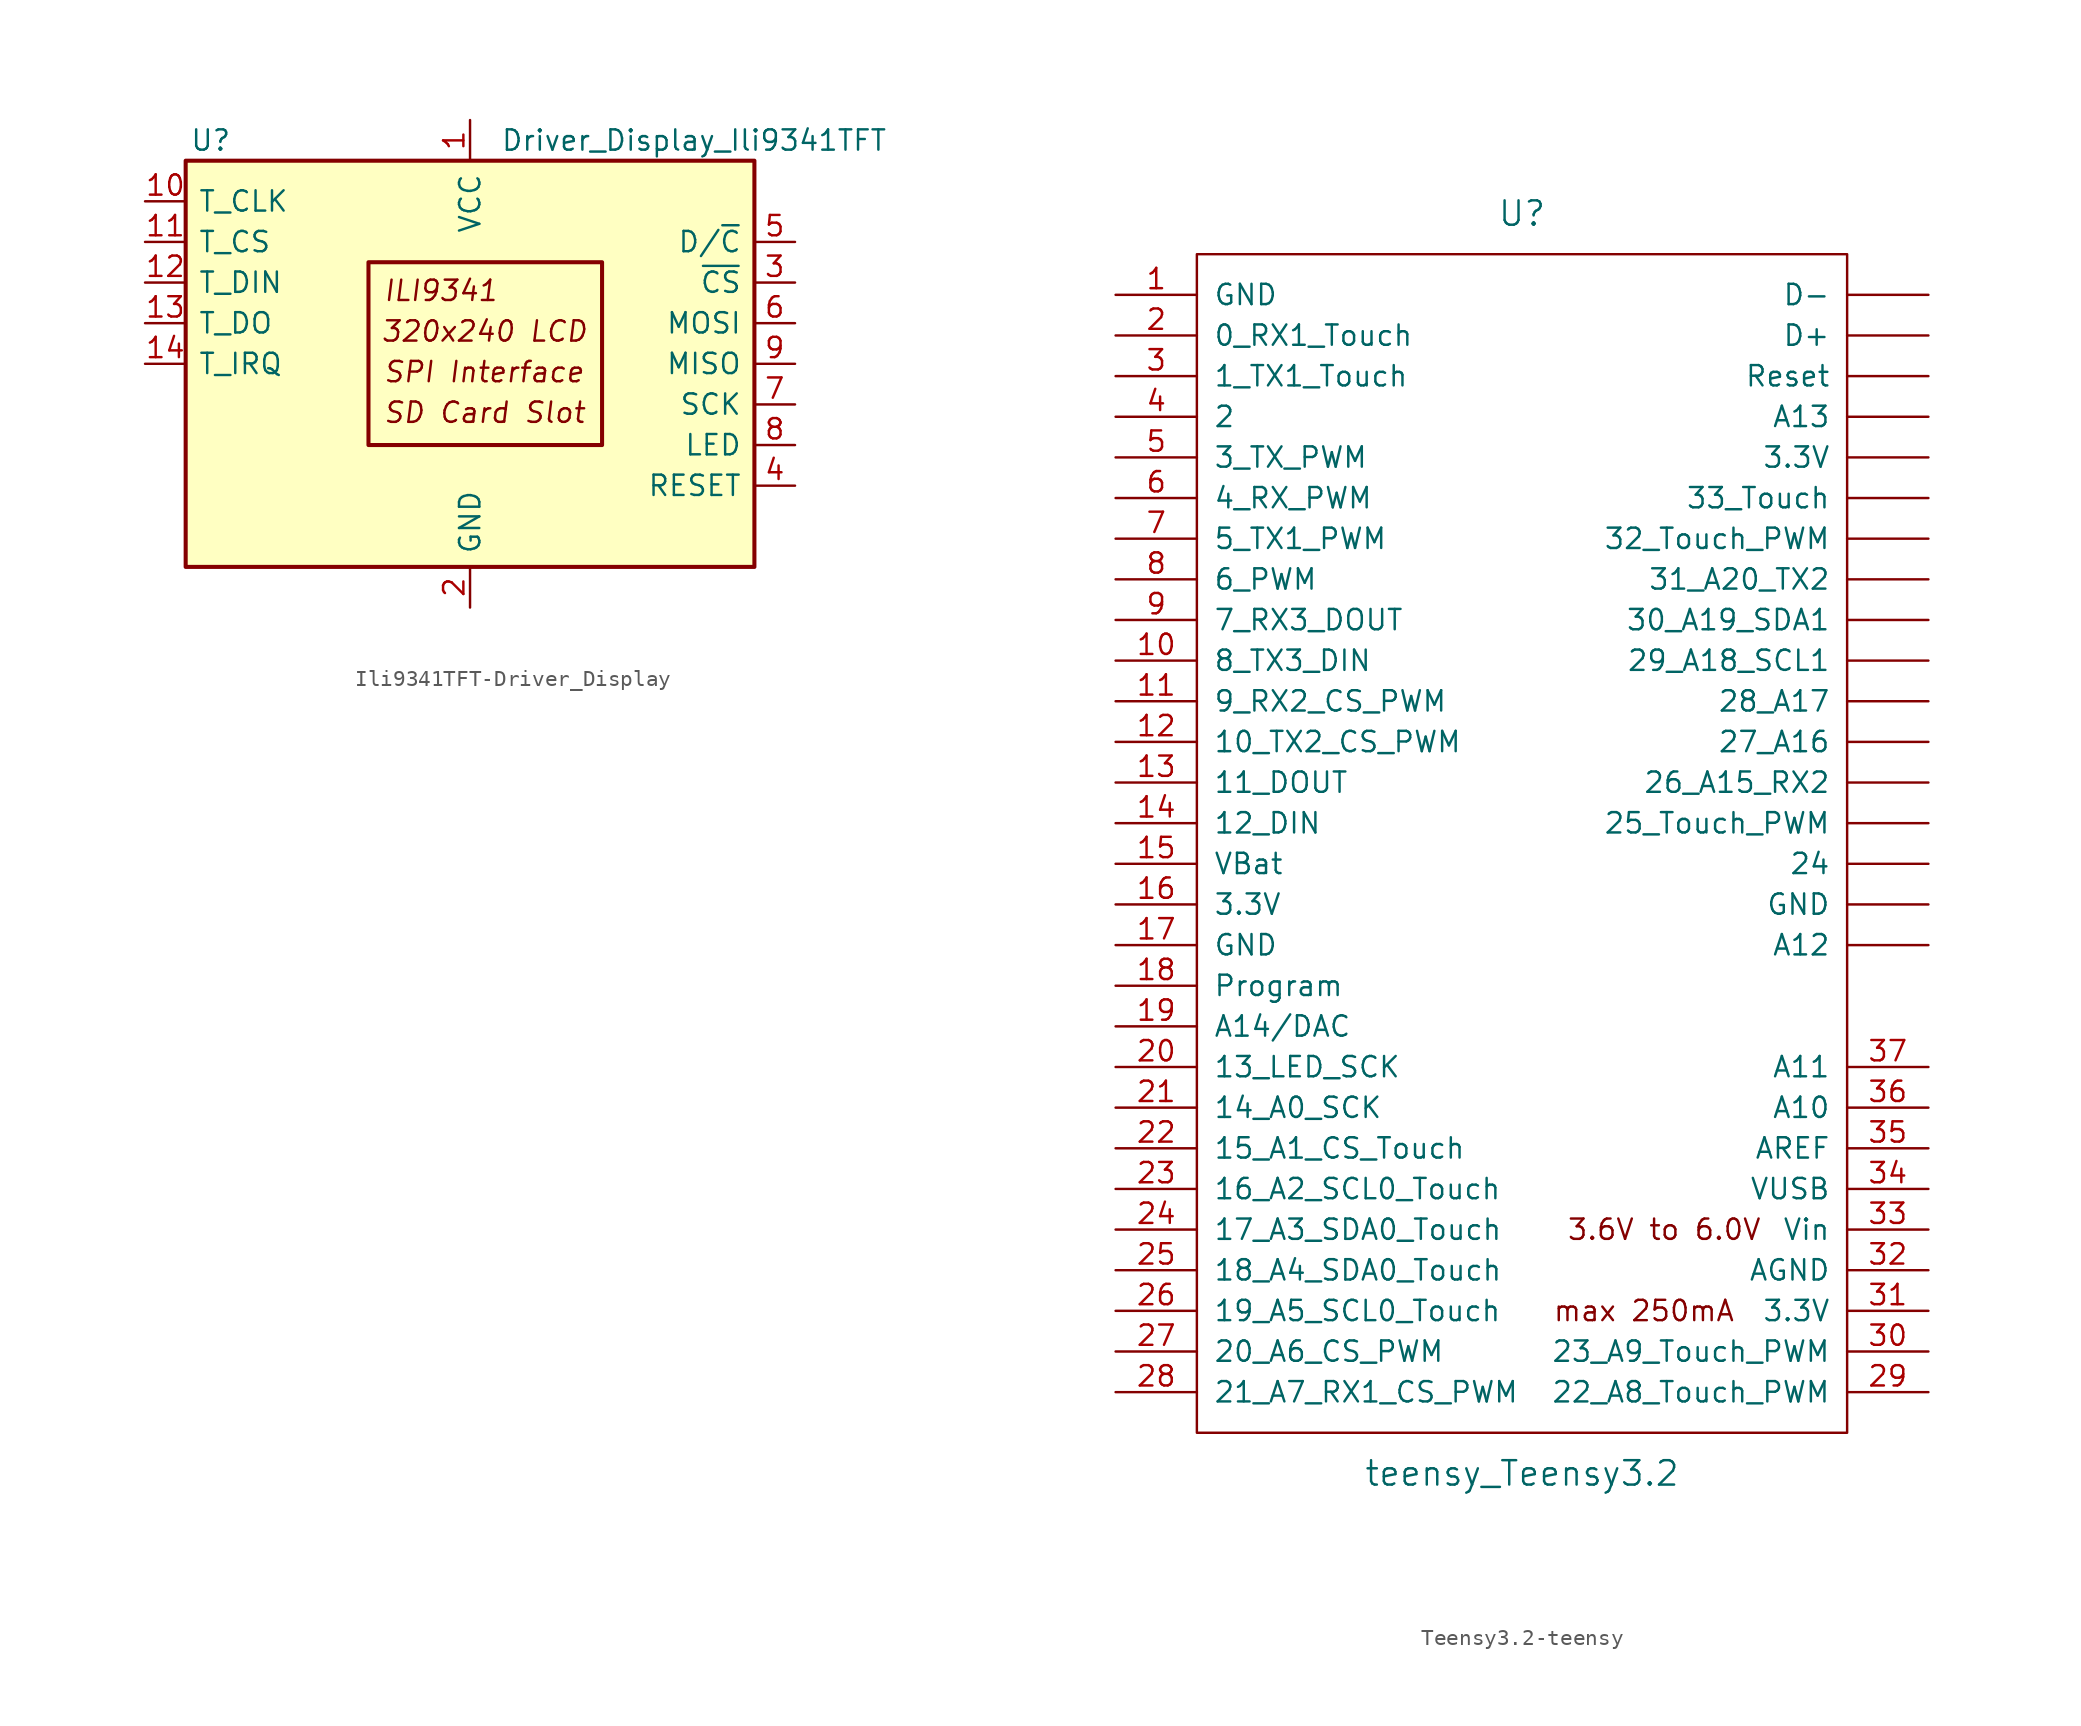
<source format=kicad_sym>
(kicad_symbol_lib
  (version 20220914)
  (generator kicad_symbol_editor)
  (symbol "Ili9341TFT-Driver_Display"
    (pin_names
      (offset 0.762))
    (property "Reference" "U"
      (at -17.526 13.97 0)
      (effects (font (size 1.27 1.27)) (justify left)))
    (property "Value" "Driver_Display_Ili9341TFT"
      (at 1.905 13.97 0)
      (effects (font (size 1.27 1.27)) (justify left)))
    (symbol "Ili9341TFT-Driver_Display_0_0"
      (text "320x240 LCD" (at 0.889 2.032 0) (effects (font (size 1.27 1.27) italic)))
      (text "ILI9341" (at -5.461 4.572 0) (effects (font (size 1.27 1.27) italic) (justify left)))
      (text "SD Card Slot" (at -5.461 -3.048 0) (effects (font (size 1.27 1.27) italic) (justify left)))
      (text "SPI Interface" (at -5.461 -0.508 0) (effects (font (size 1.27 1.27) italic) (justify left))))
    (symbol "Ili9341TFT-Driver_Display_0_1"
      (rectangle (start -17.78 12.7) (end 17.78 -12.7) (stroke (width 0.254) (type solid)) (fill (type background)))
      (rectangle (start -6.35 6.35) (end 8.255 -5.08) (stroke (width 0.254) (type solid)) (fill (type none))))
    (symbol "Ili9341TFT-Driver_Display_1_1"
      (pin power_in line (at 0 15.24 270) (length 2.54) (name "VCC" (effects (font (size 1.27 1.27)))) (number "1" (effects (font (size 1.27 1.27)))))
      (pin input line (at -20.32 10.16 0) (length 2.54) (name "T_CLK" (effects (font (size 1.27 1.27)))) (number "10" (effects (font (size 1.27 1.27)))))
      (pin input line (at -20.32 7.62 0) (length 2.54) (name "T_CS" (effects (font (size 1.27 1.27)))) (number "11" (effects (font (size 1.27 1.27)))))
      (pin output line (at -20.32 5.08 0) (length 2.54) (name "T_DIN" (effects (font (size 1.27 1.27)))) (number "12" (effects (font (size 1.27 1.27)))))
      (pin input line (at -20.32 2.54 0) (length 2.54) (name "T_DO" (effects (font (size 1.27 1.27)))) (number "13" (effects (font (size 1.27 1.27)))))
      (pin input line (at -20.32 0 0) (length 2.54) (name "T_IRQ" (effects (font (size 1.27 1.27)))) (number "14" (effects (font (size 1.27 1.27)))))
      (pin power_in line (at 0 -15.24 90) (length 2.54) (name "GND" (effects (font (size 1.27 1.27)))) (number "2" (effects (font (size 1.27 1.27)))))
      (pin input line (at 20.32 5.08 180) (length 2.54) (name "~{CS}" (effects (font (size 1.27 1.27)))) (number "3" (effects (font (size 1.27 1.27)))))
      (pin input line (at 20.32 -7.62 180) (length 2.54) (name "RESET" (effects (font (size 1.27 1.27)))) (number "4" (effects (font (size 1.27 1.27)))))
      (pin input line (at 20.32 7.62 180) (length 2.54) (name "D/~{C}" (effects (font (size 1.27 1.27)))) (number "5" (effects (font (size 1.27 1.27)))))
      (pin input line (at 20.32 2.54 180) (length 2.54) (name "MOSI" (effects (font (size 1.27 1.27)))) (number "6" (effects (font (size 1.27 1.27)))))
      (pin input line (at 20.32 -2.54 180) (length 2.54) (name "SCK" (effects (font (size 1.27 1.27)))) (number "7" (effects (font (size 1.27 1.27)))))
      (pin input line (at 20.32 -5.08 180) (length 2.54) (name "LED" (effects (font (size 1.27 1.27)))) (number "8" (effects (font (size 1.27 1.27)))))
      (pin output line (at 20.32 0 180) (length 2.54) (name "MISO" (effects (font (size 1.27 1.27)))) (number "9" (effects (font (size 1.27 1.27)))))))
  (symbol "Teensy3.2-teensy"
    (pin_names
      (offset 1.016))
    (property "Reference" "U"
      (at 0 39.37 0)
      (effects (font (size 1.524 1.524))))
    (property "Value" "teensy_Teensy3.2"
      (at 0 -39.37 0)
      (effects (font (size 1.524 1.524))))
    (property "Footprint" ""
      (at 0 -19.05 0)
      (effects (font (size 1.524 1.524))))
    (property "Datasheet" ""
      (at 0 -19.05 0)
      (effects (font (size 1.524 1.524))))
    (symbol "Teensy3.2-teensy_0_0"
      (text "3.6V to 6.0V" (at 8.89 -24.13 0) (effects (font (size 1.27 1.27))))
      (text "max 250mA" (at 7.62 -29.21 0) (effects (font (size 1.27 1.27)))))
    (symbol "Teensy3.2-teensy_0_1"
      (rectangle (start -20.32 -36.83) (end 20.32 36.83) (stroke (width 0) (type solid)) (fill (type none))))
    (symbol "Teensy3.2-teensy_1_1"
      (pin power_in line (at -25.4 34.29 0) (length 5.08) (name "GND" (effects (font (size 1.27 1.27)))) (number "1" (effects (font (size 1.27 1.27)))))
      (pin bidirectional line (at -25.4 11.43 0) (length 5.08) (name "8_TX3_DIN" (effects (font (size 1.27 1.27)))) (number "10" (effects (font (size 1.27 1.27)))))
      (pin bidirectional line (at -25.4 8.89 0) (length 5.08) (name "9_RX2_CS_PWM" (effects (font (size 1.27 1.27)))) (number "11" (effects (font (size 1.27 1.27)))))
      (pin bidirectional line (at -25.4 6.35 0) (length 5.08) (name "10_TX2_CS_PWM" (effects (font (size 1.27 1.27)))) (number "12" (effects (font (size 1.27 1.27)))))
      (pin bidirectional line (at -25.4 3.81 0) (length 5.08) (name "11_DOUT" (effects (font (size 1.27 1.27)))) (number "13" (effects (font (size 1.27 1.27)))))
      (pin bidirectional line (at -25.4 1.27 0) (length 5.08) (name "12_DIN" (effects (font (size 1.27 1.27)))) (number "14" (effects (font (size 1.27 1.27)))))
      (pin power_in line (at -25.4 -1.27 0) (length 5.08) (name "VBat" (effects (font (size 1.27 1.27)))) (number "15" (effects (font (size 1.27 1.27)))))
      (pin power_out line (at -25.4 -3.81 0) (length 5.08) (name "3.3V" (effects (font (size 1.27 1.27)))) (number "16" (effects (font (size 1.27 1.27)))))
      (pin power_in line (at -25.4 -6.35 0) (length 5.08) (name "GND" (effects (font (size 1.27 1.27)))) (number "17" (effects (font (size 1.27 1.27)))))
      (pin input line (at -25.4 -8.89 0) (length 5.08) (name "Program" (effects (font (size 1.27 1.27)))) (number "18" (effects (font (size 1.27 1.27)))))
      (pin bidirectional line (at -25.4 -11.43 0) (length 5.08) (name "A14/DAC" (effects (font (size 1.27 1.27)))) (number "19" (effects (font (size 1.27 1.27)))))
      (pin bidirectional line (at -25.4 31.75 0) (length 5.08) (name "0_RX1_Touch" (effects (font (size 1.27 1.27)))) (number "2" (effects (font (size 1.27 1.27)))))
      (pin bidirectional line (at -25.4 -13.97 0) (length 5.08) (name "13_LED_SCK" (effects (font (size 1.27 1.27)))) (number "20" (effects (font (size 1.27 1.27)))))
      (pin bidirectional line (at -25.4 -16.51 0) (length 5.08) (name "14_A0_SCK" (effects (font (size 1.27 1.27)))) (number "21" (effects (font (size 1.27 1.27)))))
      (pin bidirectional line (at -25.4 -19.05 0) (length 5.08) (name "15_A1_CS_Touch" (effects (font (size 1.27 1.27)))) (number "22" (effects (font (size 1.27 1.27)))))
      (pin bidirectional line (at -25.4 -21.59 0) (length 5.08) (name "16_A2_SCL0_Touch" (effects (font (size 1.27 1.27)))) (number "23" (effects (font (size 1.27 1.27)))))
      (pin bidirectional line (at -25.4 -24.13 0) (length 5.08) (name "17_A3_SDA0_Touch" (effects (font (size 1.27 1.27)))) (number "24" (effects (font (size 1.27 1.27)))))
      (pin bidirectional line (at -25.4 -26.67 0) (length 5.08) (name "18_A4_SDA0_Touch" (effects (font (size 1.27 1.27)))) (number "25" (effects (font (size 1.27 1.27)))))
      (pin bidirectional line (at -25.4 -29.21 0) (length 5.08) (name "19_A5_SCL0_Touch" (effects (font (size 1.27 1.27)))) (number "26" (effects (font (size 1.27 1.27)))))
      (pin bidirectional line (at -25.4 -31.75 0) (length 5.08) (name "20_A6_CS_PWM" (effects (font (size 1.27 1.27)))) (number "27" (effects (font (size 1.27 1.27)))))
      (pin bidirectional line (at -25.4 -34.29 0) (length 5.08) (name "21_A7_RX1_CS_PWM" (effects (font (size 1.27 1.27)))) (number "28" (effects (font (size 1.27 1.27)))))
      (pin bidirectional line (at 25.4 -34.29 180) (length 5.08) (name "22_A8_Touch_PWM" (effects (font (size 1.27 1.27)))) (number "29" (effects (font (size 1.27 1.27)))))
      (pin bidirectional line (at -25.4 29.21 0) (length 5.08) (name "1_TX1_Touch" (effects (font (size 1.27 1.27)))) (number "3" (effects (font (size 1.27 1.27)))))
      (pin bidirectional line (at 25.4 -31.75 180) (length 5.08) (name "23_A9_Touch_PWM" (effects (font (size 1.27 1.27)))) (number "30" (effects (font (size 1.27 1.27)))))
      (pin power_out line (at 25.4 -29.21 180) (length 5.08) (name "3.3V" (effects (font (size 1.27 1.27)))) (number "31" (effects (font (size 1.27 1.27)))))
      (pin power_out line (at 25.4 -26.67 180) (length 5.08) (name "AGND" (effects (font (size 1.27 1.27)))) (number "32" (effects (font (size 1.27 1.27)))))
      (pin power_in line (at 25.4 -24.13 180) (length 5.08) (name "Vin" (effects (font (size 1.27 1.27)))) (number "33" (effects (font (size 1.27 1.27)))))
      (pin power_in line (at 25.4 -21.59 180) (length 5.08) (name "VUSB" (effects (font (size 1.27 1.27)))) (number "34" (effects (font (size 1.27 1.27)))))
      (pin input line (at 25.4 -19.05 180) (length 5.08) (name "AREF" (effects (font (size 1.27 1.27)))) (number "35" (effects (font (size 1.27 1.27)))))
      (pin bidirectional line (at 25.4 -16.51 180) (length 5.08) (name "A10" (effects (font (size 1.27 1.27)))) (number "36" (effects (font (size 1.27 1.27)))))
      (pin bidirectional line (at 25.4 -13.97 180) (length 5.08) (name "A11" (effects (font (size 1.27 1.27)))) (number "37" (effects (font (size 1.27 1.27)))))
      (pin bidirectional line (at -25.4 26.67 0) (length 5.08) (name "2" (effects (font (size 1.27 1.27)))) (number "4" (effects (font (size 1.27 1.27)))))
      (pin bidirectional line (at -25.4 24.13 0) (length 5.08) (name "3_TX_PWM" (effects (font (size 1.27 1.27)))) (number "5" (effects (font (size 1.27 1.27)))))
      (pin bidirectional line (at -25.4 21.59 0) (length 5.08) (name "4_RX_PWM" (effects (font (size 1.27 1.27)))) (number "6" (effects (font (size 1.27 1.27)))))
      (pin bidirectional line (at -25.4 19.05 0) (length 5.08) (name "5_TX1_PWM" (effects (font (size 1.27 1.27)))) (number "7" (effects (font (size 1.27 1.27)))))
      (pin bidirectional line (at -25.4 16.51 0) (length 5.08) (name "6_PWM" (effects (font (size 1.27 1.27)))) (number "8" (effects (font (size 1.27 1.27)))))
      (pin bidirectional line (at -25.4 13.97 0) (length 5.08) (name "7_RX3_DOUT" (effects (font (size 1.27 1.27)))) (number "9" (effects (font (size 1.27 1.27)))))
      (pin bidirectional line (at 25.4 -1.27 180) (length 5.08) (name "24" (effects (font (size 1.27 1.27)))) (number "~" (effects (font (size 1.27 1.27)))))
      (pin bidirectional line (at 25.4 1.27 180) (length 5.08) (name "25_Touch_PWM" (effects (font (size 1.27 1.27)))) (number "~" (effects (font (size 1.27 1.27)))))
      (pin bidirectional line (at 25.4 3.81 180) (length 5.08) (name "26_A15_RX2" (effects (font (size 1.27 1.27)))) (number "~" (effects (font (size 1.27 1.27)))))
      (pin bidirectional line (at 25.4 6.35 180) (length 5.08) (name "27_A16" (effects (font (size 1.27 1.27)))) (number "~" (effects (font (size 1.27 1.27)))))
      (pin bidirectional line (at 25.4 8.89 180) (length 5.08) (name "28_A17" (effects (font (size 1.27 1.27)))) (number "~" (effects (font (size 1.27 1.27)))))
      (pin bidirectional line (at 25.4 11.43 180) (length 5.08) (name "29_A18_SCL1" (effects (font (size 1.27 1.27)))) (number "~" (effects (font (size 1.27 1.27)))))
      (pin power_out line (at 25.4 24.13 180) (length 5.08) (name "3.3V" (effects (font (size 1.27 1.27)))) (number "~" (effects (font (size 1.27 1.27)))))
      (pin bidirectional line (at 25.4 13.97 180) (length 5.08) (name "30_A19_SDA1" (effects (font (size 1.27 1.27)))) (number "~" (effects (font (size 1.27 1.27)))))
      (pin bidirectional line (at 25.4 16.51 180) (length 5.08) (name "31_A20_TX2" (effects (font (size 1.27 1.27)))) (number "~" (effects (font (size 1.27 1.27)))))
      (pin bidirectional line (at 25.4 19.05 180) (length 5.08) (name "32_Touch_PWM" (effects (font (size 1.27 1.27)))) (number "~" (effects (font (size 1.27 1.27)))))
      (pin bidirectional line (at 25.4 21.59 180) (length 5.08) (name "33_Touch" (effects (font (size 1.27 1.27)))) (number "~" (effects (font (size 1.27 1.27)))))
      (pin bidirectional line (at 25.4 -6.35 180) (length 5.08) (name "A12" (effects (font (size 1.27 1.27)))) (number "~" (effects (font (size 1.27 1.27)))))
      (pin bidirectional line (at 25.4 26.67 180) (length 5.08) (name "A13" (effects (font (size 1.27 1.27)))) (number "~" (effects (font (size 1.27 1.27)))))
      (pin bidirectional line (at 25.4 31.75 180) (length 5.08) (name "D+" (effects (font (size 1.27 1.27)))) (number "~" (effects (font (size 1.27 1.27)))))
      (pin bidirectional line (at 25.4 34.29 180) (length 5.08) (name "D-" (effects (font (size 1.27 1.27)))) (number "~" (effects (font (size 1.27 1.27)))))
      (pin power_in line (at 25.4 -3.81 180) (length 5.08) (name "GND" (effects (font (size 1.27 1.27)))) (number "~" (effects (font (size 1.27 1.27)))))
      (pin input line (at 25.4 29.21 180) (length 5.08) (name "Reset" (effects (font (size 1.27 1.27)))) (number "~" (effects (font (size 1.27 1.27))))))))
</source>
